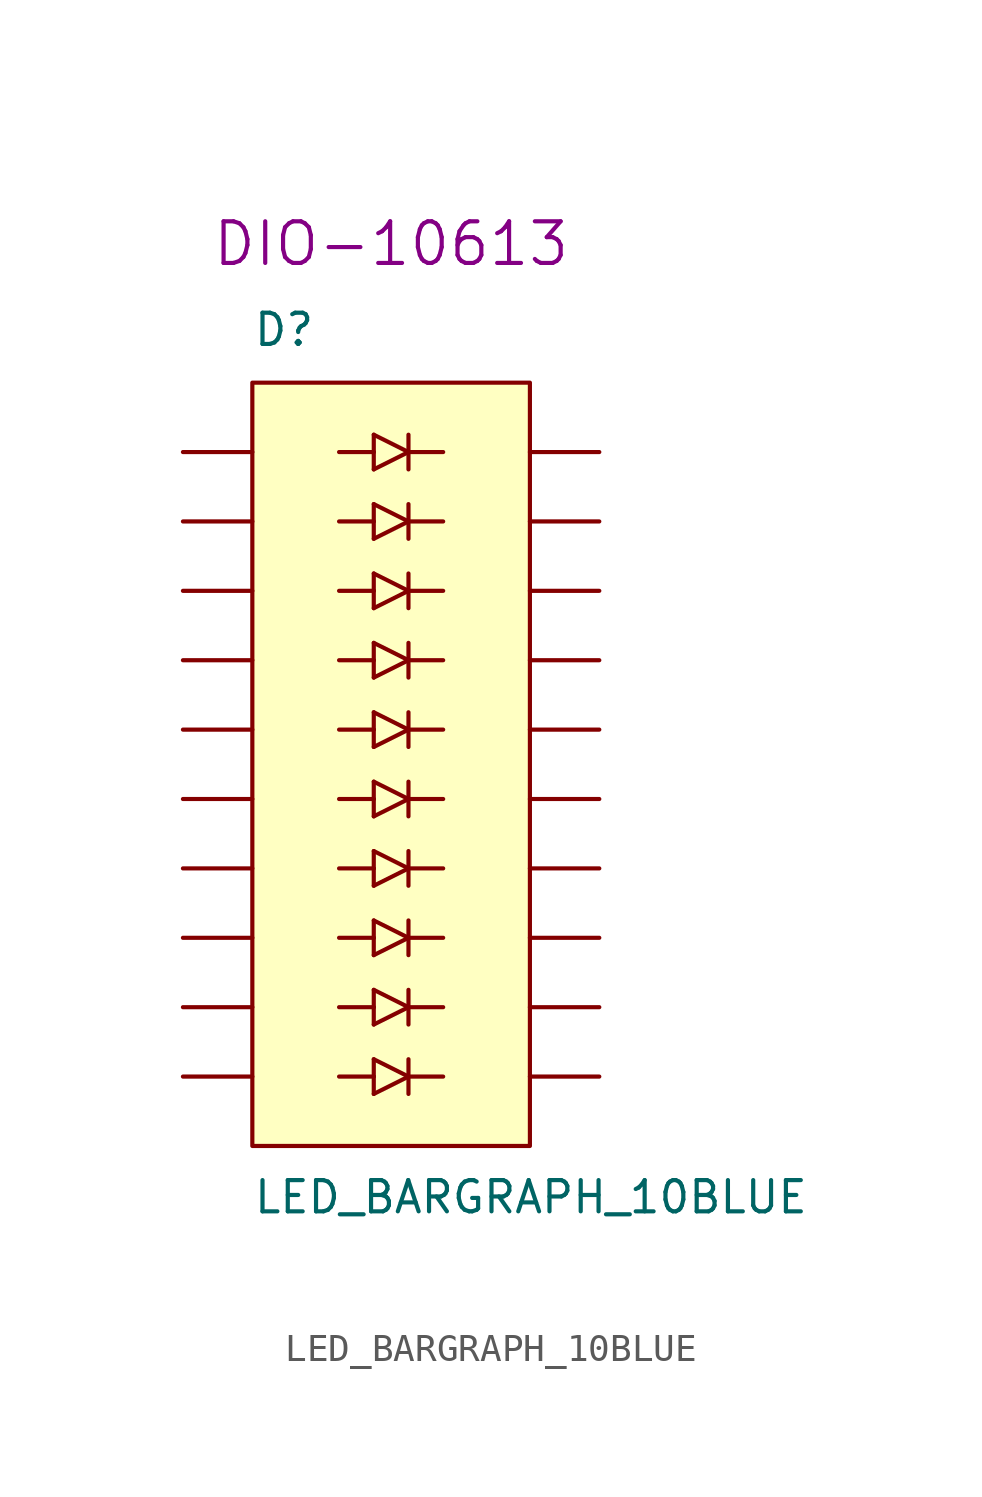
<source format=kicad_sym>
(kicad_symbol_lib
  (version 20211014)
  (generator kicad_symbol_editor)
  (symbol "LED_BARGRAPH_10BLUE"
    (pin_numbers hide)
    (pin_names
      (offset 1.016) hide)
    (property "Reference" "D"
      (at -5.08 13.97 0)
      (effects (font (size 1.143 1.143)) (justify left bottom)))
    (property "Value" "LED_BARGRAPH_10BLUE"
      (at -5.08 -17.78 0)
      (effects (font (size 1.143 1.143)) (justify left bottom)))
    (property "Field4" "DIO-10613"
      (at 0 17.78 0)
      (effects (font (size 1.524 1.524))))
    (property "ki_locked" ""
      (at 0 0 0)
      (effects (font (size 1.27 1.27))))
    (symbol "LED_BARGRAPH_10BLUE_1_0"
      (polyline (pts (xy -1.905 -12.7) (xy -0.635 -12.7)) (stroke (width 0) (type default) (color 0 0 0 0)) (fill (type none)))
      (polyline (pts (xy -1.905 -10.16) (xy -0.635 -10.16)) (stroke (width 0) (type default) (color 0 0 0 0)) (fill (type none)))
      (polyline (pts (xy -1.905 -7.62) (xy -0.635 -7.62)) (stroke (width 0) (type default) (color 0 0 0 0)) (fill (type none)))
      (polyline (pts (xy -1.905 -5.08) (xy -0.635 -5.08)) (stroke (width 0) (type default) (color 0 0 0 0)) (fill (type none)))
      (polyline (pts (xy -1.905 -2.54) (xy -0.635 -2.54)) (stroke (width 0) (type default) (color 0 0 0 0)) (fill (type none)))
      (polyline (pts (xy -1.905 0) (xy -0.635 0)) (stroke (width 0) (type default) (color 0 0 0 0)) (fill (type none)))
      (polyline (pts (xy -1.905 2.54) (xy -0.635 2.54)) (stroke (width 0) (type default) (color 0 0 0 0)) (fill (type none)))
      (polyline (pts (xy -1.905 5.08) (xy -0.635 5.08)) (stroke (width 0) (type default) (color 0 0 0 0)) (fill (type none)))
      (polyline (pts (xy -1.905 7.62) (xy -0.635 7.62)) (stroke (width 0) (type default) (color 0 0 0 0)) (fill (type none)))
      (polyline (pts (xy -1.905 10.16) (xy -0.635 10.16)) (stroke (width 0) (type default) (color 0 0 0 0)) (fill (type none)))
      (polyline (pts (xy -0.635 -12.7) (xy -0.635 -13.335)) (stroke (width 0) (type default) (color 0 0 0 0)) (fill (type none)))
      (polyline (pts (xy -0.635 -12.065) (xy -0.635 -12.7)) (stroke (width 0) (type default) (color 0 0 0 0)) (fill (type none)))
      (polyline (pts (xy -0.635 -12.065) (xy 0.635 -12.7)) (stroke (width 0) (type default) (color 0 0 0 0)) (fill (type none)))
      (polyline (pts (xy -0.635 -10.16) (xy -0.635 -10.795)) (stroke (width 0) (type default) (color 0 0 0 0)) (fill (type none)))
      (polyline (pts (xy -0.635 -9.525) (xy -0.635 -10.16)) (stroke (width 0) (type default) (color 0 0 0 0)) (fill (type none)))
      (polyline (pts (xy -0.635 -9.525) (xy 0.635 -10.16)) (stroke (width 0) (type default) (color 0 0 0 0)) (fill (type none)))
      (polyline (pts (xy -0.635 -7.62) (xy -0.635 -8.255)) (stroke (width 0) (type default) (color 0 0 0 0)) (fill (type none)))
      (polyline (pts (xy -0.635 -6.985) (xy -0.635 -7.62)) (stroke (width 0) (type default) (color 0 0 0 0)) (fill (type none)))
      (polyline (pts (xy -0.635 -6.985) (xy 0.635 -7.62)) (stroke (width 0) (type default) (color 0 0 0 0)) (fill (type none)))
      (polyline (pts (xy -0.635 -5.08) (xy -0.635 -5.715)) (stroke (width 0) (type default) (color 0 0 0 0)) (fill (type none)))
      (polyline (pts (xy -0.635 -4.445) (xy -0.635 -5.08)) (stroke (width 0) (type default) (color 0 0 0 0)) (fill (type none)))
      (polyline (pts (xy -0.635 -4.445) (xy 0.635 -5.08)) (stroke (width 0) (type default) (color 0 0 0 0)) (fill (type none)))
      (polyline (pts (xy -0.635 -2.54) (xy -0.635 -3.175)) (stroke (width 0) (type default) (color 0 0 0 0)) (fill (type none)))
      (polyline (pts (xy -0.635 -1.905) (xy -0.635 -2.54)) (stroke (width 0) (type default) (color 0 0 0 0)) (fill (type none)))
      (polyline (pts (xy -0.635 -1.905) (xy 0.635 -2.54)) (stroke (width 0) (type default) (color 0 0 0 0)) (fill (type none)))
      (polyline (pts (xy -0.635 0) (xy -0.635 -0.635)) (stroke (width 0) (type default) (color 0 0 0 0)) (fill (type none)))
      (polyline (pts (xy -0.635 0.635) (xy -0.635 0)) (stroke (width 0) (type default) (color 0 0 0 0)) (fill (type none)))
      (polyline (pts (xy -0.635 0.635) (xy 0.635 0)) (stroke (width 0) (type default) (color 0 0 0 0)) (fill (type none)))
      (polyline (pts (xy -0.635 2.54) (xy -0.635 1.905)) (stroke (width 0) (type default) (color 0 0 0 0)) (fill (type none)))
      (polyline (pts (xy -0.635 3.175) (xy -0.635 2.54)) (stroke (width 0) (type default) (color 0 0 0 0)) (fill (type none)))
      (polyline (pts (xy -0.635 3.175) (xy 0.635 2.54)) (stroke (width 0) (type default) (color 0 0 0 0)) (fill (type none)))
      (polyline (pts (xy -0.635 5.08) (xy -0.635 4.445)) (stroke (width 0) (type default) (color 0 0 0 0)) (fill (type none)))
      (polyline (pts (xy -0.635 5.715) (xy -0.635 5.08)) (stroke (width 0) (type default) (color 0 0 0 0)) (fill (type none)))
      (polyline (pts (xy -0.635 5.715) (xy 0.635 5.08)) (stroke (width 0) (type default) (color 0 0 0 0)) (fill (type none)))
      (polyline (pts (xy -0.635 7.62) (xy -0.635 6.985)) (stroke (width 0) (type default) (color 0 0 0 0)) (fill (type none)))
      (polyline (pts (xy -0.635 8.255) (xy -0.635 7.62)) (stroke (width 0) (type default) (color 0 0 0 0)) (fill (type none)))
      (polyline (pts (xy -0.635 8.255) (xy 0.635 7.62)) (stroke (width 0) (type default) (color 0 0 0 0)) (fill (type none)))
      (polyline (pts (xy -0.635 10.16) (xy -0.635 9.525)) (stroke (width 0) (type default) (color 0 0 0 0)) (fill (type none)))
      (polyline (pts (xy -0.635 10.795) (xy -0.635 10.16)) (stroke (width 0) (type default) (color 0 0 0 0)) (fill (type none)))
      (polyline (pts (xy -0.635 10.795) (xy 0.635 10.16)) (stroke (width 0) (type default) (color 0 0 0 0)) (fill (type none)))
      (polyline (pts (xy 0.635 -12.7) (xy -0.635 -13.335)) (stroke (width 0) (type default) (color 0 0 0 0)) (fill (type none)))
      (polyline (pts (xy 0.635 -12.7) (xy 0.635 -13.335)) (stroke (width 0) (type default) (color 0 0 0 0)) (fill (type none)))
      (polyline (pts (xy 0.635 -12.7) (xy 1.905 -12.7)) (stroke (width 0) (type default) (color 0 0 0 0)) (fill (type none)))
      (polyline (pts (xy 0.635 -12.065) (xy 0.635 -12.7)) (stroke (width 0) (type default) (color 0 0 0 0)) (fill (type none)))
      (polyline (pts (xy 0.635 -10.16) (xy -0.635 -10.795)) (stroke (width 0) (type default) (color 0 0 0 0)) (fill (type none)))
      (polyline (pts (xy 0.635 -10.16) (xy 0.635 -10.795)) (stroke (width 0) (type default) (color 0 0 0 0)) (fill (type none)))
      (polyline (pts (xy 0.635 -10.16) (xy 1.905 -10.16)) (stroke (width 0) (type default) (color 0 0 0 0)) (fill (type none)))
      (polyline (pts (xy 0.635 -9.525) (xy 0.635 -10.16)) (stroke (width 0) (type default) (color 0 0 0 0)) (fill (type none)))
      (polyline (pts (xy 0.635 -7.62) (xy -0.635 -8.255)) (stroke (width 0) (type default) (color 0 0 0 0)) (fill (type none)))
      (polyline (pts (xy 0.635 -7.62) (xy 0.635 -8.255)) (stroke (width 0) (type default) (color 0 0 0 0)) (fill (type none)))
      (polyline (pts (xy 0.635 -7.62) (xy 1.905 -7.62)) (stroke (width 0) (type default) (color 0 0 0 0)) (fill (type none)))
      (polyline (pts (xy 0.635 -6.985) (xy 0.635 -7.62)) (stroke (width 0) (type default) (color 0 0 0 0)) (fill (type none)))
      (polyline (pts (xy 0.635 -5.08) (xy -0.635 -5.715)) (stroke (width 0) (type default) (color 0 0 0 0)) (fill (type none)))
      (polyline (pts (xy 0.635 -5.08) (xy 0.635 -5.715)) (stroke (width 0) (type default) (color 0 0 0 0)) (fill (type none)))
      (polyline (pts (xy 0.635 -5.08) (xy 1.905 -5.08)) (stroke (width 0) (type default) (color 0 0 0 0)) (fill (type none)))
      (polyline (pts (xy 0.635 -4.445) (xy 0.635 -5.08)) (stroke (width 0) (type default) (color 0 0 0 0)) (fill (type none)))
      (polyline (pts (xy 0.635 -2.54) (xy -0.635 -3.175)) (stroke (width 0) (type default) (color 0 0 0 0)) (fill (type none)))
      (polyline (pts (xy 0.635 -2.54) (xy 0.635 -3.175)) (stroke (width 0) (type default) (color 0 0 0 0)) (fill (type none)))
      (polyline (pts (xy 0.635 -2.54) (xy 1.905 -2.54)) (stroke (width 0) (type default) (color 0 0 0 0)) (fill (type none)))
      (polyline (pts (xy 0.635 -1.905) (xy 0.635 -2.54)) (stroke (width 0) (type default) (color 0 0 0 0)) (fill (type none)))
      (polyline (pts (xy 0.635 0) (xy -0.635 -0.635)) (stroke (width 0) (type default) (color 0 0 0 0)) (fill (type none)))
      (polyline (pts (xy 0.635 0) (xy 0.635 -0.635)) (stroke (width 0) (type default) (color 0 0 0 0)) (fill (type none)))
      (polyline (pts (xy 0.635 0) (xy 1.905 0)) (stroke (width 0) (type default) (color 0 0 0 0)) (fill (type none)))
      (polyline (pts (xy 0.635 0.635) (xy 0.635 0)) (stroke (width 0) (type default) (color 0 0 0 0)) (fill (type none)))
      (polyline (pts (xy 0.635 2.54) (xy -0.635 1.905)) (stroke (width 0) (type default) (color 0 0 0 0)) (fill (type none)))
      (polyline (pts (xy 0.635 2.54) (xy 0.635 1.905)) (stroke (width 0) (type default) (color 0 0 0 0)) (fill (type none)))
      (polyline (pts (xy 0.635 2.54) (xy 1.905 2.54)) (stroke (width 0) (type default) (color 0 0 0 0)) (fill (type none)))
      (polyline (pts (xy 0.635 3.175) (xy 0.635 2.54)) (stroke (width 0) (type default) (color 0 0 0 0)) (fill (type none)))
      (polyline (pts (xy 0.635 5.08) (xy -0.635 4.445)) (stroke (width 0) (type default) (color 0 0 0 0)) (fill (type none)))
      (polyline (pts (xy 0.635 5.08) (xy 0.635 4.445)) (stroke (width 0) (type default) (color 0 0 0 0)) (fill (type none)))
      (polyline (pts (xy 0.635 5.08) (xy 1.905 5.08)) (stroke (width 0) (type default) (color 0 0 0 0)) (fill (type none)))
      (polyline (pts (xy 0.635 5.715) (xy 0.635 5.08)) (stroke (width 0) (type default) (color 0 0 0 0)) (fill (type none)))
      (polyline (pts (xy 0.635 7.62) (xy -0.635 6.985)) (stroke (width 0) (type default) (color 0 0 0 0)) (fill (type none)))
      (polyline (pts (xy 0.635 7.62) (xy 0.635 6.985)) (stroke (width 0) (type default) (color 0 0 0 0)) (fill (type none)))
      (polyline (pts (xy 0.635 7.62) (xy 1.905 7.62)) (stroke (width 0) (type default) (color 0 0 0 0)) (fill (type none)))
      (polyline (pts (xy 0.635 8.255) (xy 0.635 7.62)) (stroke (width 0) (type default) (color 0 0 0 0)) (fill (type none)))
      (polyline (pts (xy 0.635 10.16) (xy -0.635 9.525)) (stroke (width 0) (type default) (color 0 0 0 0)) (fill (type none)))
      (polyline (pts (xy 0.635 10.16) (xy 0.635 9.525)) (stroke (width 0) (type default) (color 0 0 0 0)) (fill (type none)))
      (polyline (pts (xy 0.635 10.16) (xy 1.905 10.16)) (stroke (width 0) (type default) (color 0 0 0 0)) (fill (type none)))
      (polyline (pts (xy 0.635 10.795) (xy 0.635 10.16)) (stroke (width 0) (type default) (color 0 0 0 0)) (fill (type none))))
    (symbol "LED_BARGRAPH_10BLUE_1_1"
      (polyline (pts (xy -5.08 12.7) (xy 5.08 12.7) (xy 5.08 -15.24) (xy -5.08 -15.24) (xy -5.08 12.7)) (stroke (width 0) (type default) (color 0 0 0 0)) (fill (type background)))
      (pin passive line (at -7.62 10.16 0) (length 2.54) (name "A" (effects (font (size 1.016 1.016)))) (number "1" (effects (font (size 1.016 1.016)))))
      (pin passive line (at -7.62 -12.7 0) (length 2.54) (name "A9" (effects (font (size 1.016 1.016)))) (number "10" (effects (font (size 1.016 1.016)))))
      (pin passive line (at 7.62 -12.7 180) (length 2.54) (name "C9" (effects (font (size 1.016 1.016)))) (number "11" (effects (font (size 1.016 1.016)))))
      (pin passive line (at 7.62 -10.16 180) (length 2.54) (name "C8" (effects (font (size 1.016 1.016)))) (number "12" (effects (font (size 1.016 1.016)))))
      (pin passive line (at 7.62 -7.62 180) (length 2.54) (name "C7" (effects (font (size 1.016 1.016)))) (number "13" (effects (font (size 1.016 1.016)))))
      (pin passive line (at 7.62 -5.08 180) (length 2.54) (name "C6" (effects (font (size 1.016 1.016)))) (number "14" (effects (font (size 1.016 1.016)))))
      (pin passive line (at 7.62 -2.54 180) (length 2.54) (name "C5" (effects (font (size 1.016 1.016)))) (number "15" (effects (font (size 1.016 1.016)))))
      (pin passive line (at 7.62 0 180) (length 2.54) (name "C4" (effects (font (size 1.016 1.016)))) (number "16" (effects (font (size 1.016 1.016)))))
      (pin passive line (at 7.62 2.54 180) (length 2.54) (name "C3" (effects (font (size 1.016 1.016)))) (number "17" (effects (font (size 1.016 1.016)))))
      (pin passive line (at 7.62 5.08 180) (length 2.54) (name "C2" (effects (font (size 1.016 1.016)))) (number "18" (effects (font (size 1.016 1.016)))))
      (pin passive line (at 7.62 7.62 180) (length 2.54) (name "C1" (effects (font (size 1.016 1.016)))) (number "19" (effects (font (size 1.016 1.016)))))
      (pin passive line (at -7.62 7.62 0) (length 2.54) (name "A1" (effects (font (size 1.016 1.016)))) (number "2" (effects (font (size 1.016 1.016)))))
      (pin passive line (at 7.62 10.16 180) (length 2.54) (name "C" (effects (font (size 1.016 1.016)))) (number "20" (effects (font (size 1.016 1.016)))))
      (pin passive line (at -7.62 5.08 0) (length 2.54) (name "A2" (effects (font (size 1.016 1.016)))) (number "3" (effects (font (size 1.016 1.016)))))
      (pin passive line (at -7.62 2.54 0) (length 2.54) (name "A3" (effects (font (size 1.016 1.016)))) (number "4" (effects (font (size 1.016 1.016)))))
      (pin passive line (at -7.62 0 0) (length 2.54) (name "A4" (effects (font (size 1.016 1.016)))) (number "5" (effects (font (size 1.016 1.016)))))
      (pin passive line (at -7.62 -2.54 0) (length 2.54) (name "A5" (effects (font (size 1.016 1.016)))) (number "6" (effects (font (size 1.016 1.016)))))
      (pin passive line (at -7.62 -5.08 0) (length 2.54) (name "A6" (effects (font (size 1.016 1.016)))) (number "7" (effects (font (size 1.016 1.016)))))
      (pin passive line (at -7.62 -7.62 0) (length 2.54) (name "A7" (effects (font (size 1.016 1.016)))) (number "8" (effects (font (size 1.016 1.016)))))
      (pin passive line (at -7.62 -10.16 0) (length 2.54) (name "A8" (effects (font (size 1.016 1.016)))) (number "9" (effects (font (size 1.016 1.016))))))))
</source>
